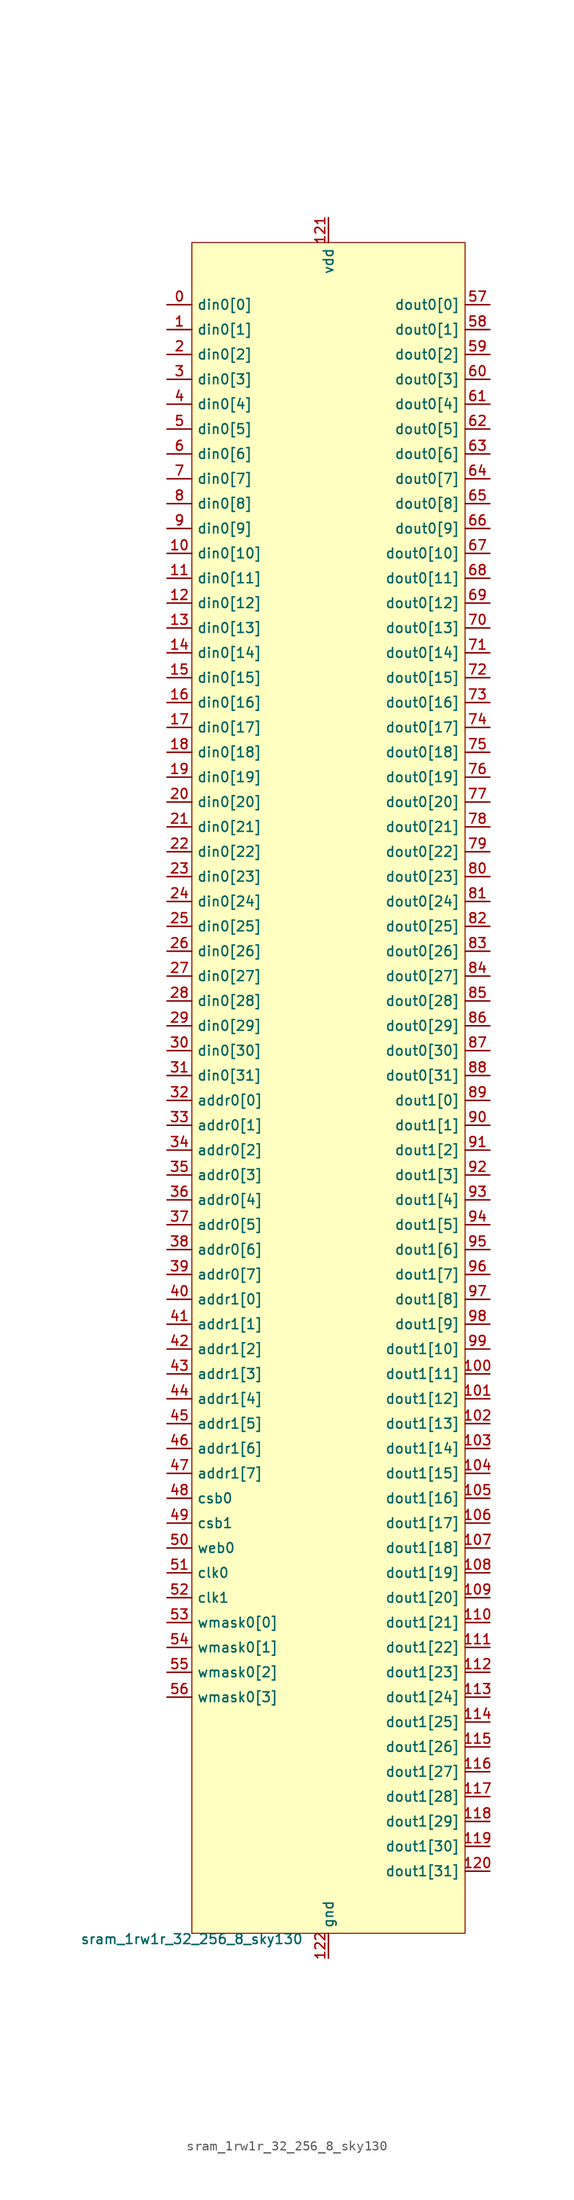
<source format=kicad_sym>
(kicad_symbol_lib
  (version 20211014)
  (generator pdk2kicad)
  (symbol "sram_1rw1r_32_256_8_sky130"
    (property "Reference" "X"
      (at 0 0 0)
      (effects (font (size 1 1)) hide))
    (property "Value" "sram_1rw1r_32_256_8_sky130"
      (at -13.97 -86.36 0)
      (effects (font (size 1 1)) (justify top)))
    (rectangle
      (start -13.97 -86.36)
      (end 13.97 86.36)
      (stroke (width 0.1) (type solid) (color 0 0 0 0))
      (fill (type background)))
    (pin input line
      (at -16.51 80.01 0)
      (length 2.54)
      (name "din0[0]" (effects (font (size 1 1)) hide))
      (number "0" (effects (font (size 1 1)) hide)))
    (pin input line
      (at -16.51 77.47 0)
      (length 2.54)
      (name "din0[1]" (effects (font (size 1 1)) hide))
      (number "1" (effects (font (size 1 1)) hide)))
    (pin input line
      (at -16.51 74.93 0)
      (length 2.54)
      (name "din0[2]" (effects (font (size 1 1)) hide))
      (number "2" (effects (font (size 1 1)) hide)))
    (pin input line
      (at -16.51 72.39 0)
      (length 2.54)
      (name "din0[3]" (effects (font (size 1 1)) hide))
      (number "3" (effects (font (size 1 1)) hide)))
    (pin input line
      (at -16.51 69.85 0)
      (length 2.54)
      (name "din0[4]" (effects (font (size 1 1)) hide))
      (number "4" (effects (font (size 1 1)) hide)))
    (pin input line
      (at -16.51 67.31 0)
      (length 2.54)
      (name "din0[5]" (effects (font (size 1 1)) hide))
      (number "5" (effects (font (size 1 1)) hide)))
    (pin input line
      (at -16.51 64.77 0)
      (length 2.54)
      (name "din0[6]" (effects (font (size 1 1)) hide))
      (number "6" (effects (font (size 1 1)) hide)))
    (pin input line
      (at -16.51 62.23 0)
      (length 2.54)
      (name "din0[7]" (effects (font (size 1 1)) hide))
      (number "7" (effects (font (size 1 1)) hide)))
    (pin input line
      (at -16.51 59.69 0)
      (length 2.54)
      (name "din0[8]" (effects (font (size 1 1)) hide))
      (number "8" (effects (font (size 1 1)) hide)))
    (pin input line
      (at -16.51 57.15 0)
      (length 2.54)
      (name "din0[9]" (effects (font (size 1 1)) hide))
      (number "9" (effects (font (size 1 1)) hide)))
    (pin input line
      (at -16.51 54.61 0)
      (length 2.54)
      (name "din0[10]" (effects (font (size 1 1)) hide))
      (number "10" (effects (font (size 1 1)) hide)))
    (pin input line
      (at -16.51 52.07 0)
      (length 2.54)
      (name "din0[11]" (effects (font (size 1 1)) hide))
      (number "11" (effects (font (size 1 1)) hide)))
    (pin input line
      (at -16.51 49.53 0)
      (length 2.54)
      (name "din0[12]" (effects (font (size 1 1)) hide))
      (number "12" (effects (font (size 1 1)) hide)))
    (pin input line
      (at -16.51 46.99 0)
      (length 2.54)
      (name "din0[13]" (effects (font (size 1 1)) hide))
      (number "13" (effects (font (size 1 1)) hide)))
    (pin input line
      (at -16.51 44.45 0)
      (length 2.54)
      (name "din0[14]" (effects (font (size 1 1)) hide))
      (number "14" (effects (font (size 1 1)) hide)))
    (pin input line
      (at -16.51 41.91 0)
      (length 2.54)
      (name "din0[15]" (effects (font (size 1 1)) hide))
      (number "15" (effects (font (size 1 1)) hide)))
    (pin input line
      (at -16.51 39.37 0)
      (length 2.54)
      (name "din0[16]" (effects (font (size 1 1)) hide))
      (number "16" (effects (font (size 1 1)) hide)))
    (pin input line
      (at -16.51 36.83 0)
      (length 2.54)
      (name "din0[17]" (effects (font (size 1 1)) hide))
      (number "17" (effects (font (size 1 1)) hide)))
    (pin input line
      (at -16.51 34.29 0)
      (length 2.54)
      (name "din0[18]" (effects (font (size 1 1)) hide))
      (number "18" (effects (font (size 1 1)) hide)))
    (pin input line
      (at -16.51 31.75 0)
      (length 2.54)
      (name "din0[19]" (effects (font (size 1 1)) hide))
      (number "19" (effects (font (size 1 1)) hide)))
    (pin input line
      (at -16.51 29.21 0)
      (length 2.54)
      (name "din0[20]" (effects (font (size 1 1)) hide))
      (number "20" (effects (font (size 1 1)) hide)))
    (pin input line
      (at -16.51 26.67 0)
      (length 2.54)
      (name "din0[21]" (effects (font (size 1 1)) hide))
      (number "21" (effects (font (size 1 1)) hide)))
    (pin input line
      (at -16.51 24.13 0)
      (length 2.54)
      (name "din0[22]" (effects (font (size 1 1)) hide))
      (number "22" (effects (font (size 1 1)) hide)))
    (pin input line
      (at -16.51 21.59 0)
      (length 2.54)
      (name "din0[23]" (effects (font (size 1 1)) hide))
      (number "23" (effects (font (size 1 1)) hide)))
    (pin input line
      (at -16.51 19.05 0)
      (length 2.54)
      (name "din0[24]" (effects (font (size 1 1)) hide))
      (number "24" (effects (font (size 1 1)) hide)))
    (pin input line
      (at -16.51 16.51 0)
      (length 2.54)
      (name "din0[25]" (effects (font (size 1 1)) hide))
      (number "25" (effects (font (size 1 1)) hide)))
    (pin input line
      (at -16.51 13.97 0)
      (length 2.54)
      (name "din0[26]" (effects (font (size 1 1)) hide))
      (number "26" (effects (font (size 1 1)) hide)))
    (pin input line
      (at -16.51 11.43 0)
      (length 2.54)
      (name "din0[27]" (effects (font (size 1 1)) hide))
      (number "27" (effects (font (size 1 1)) hide)))
    (pin input line
      (at -16.51 8.89 0)
      (length 2.54)
      (name "din0[28]" (effects (font (size 1 1)) hide))
      (number "28" (effects (font (size 1 1)) hide)))
    (pin input line
      (at -16.51 6.35 0)
      (length 2.54)
      (name "din0[29]" (effects (font (size 1 1)) hide))
      (number "29" (effects (font (size 1 1)) hide)))
    (pin input line
      (at -16.51 3.81 0)
      (length 2.54)
      (name "din0[30]" (effects (font (size 1 1)) hide))
      (number "30" (effects (font (size 1 1)) hide)))
    (pin input line
      (at -16.51 1.27 0)
      (length 2.54)
      (name "din0[31]" (effects (font (size 1 1)) hide))
      (number "31" (effects (font (size 1 1)) hide)))
    (pin input line
      (at -16.51 -1.27 0)
      (length 2.54)
      (name "addr0[0]" (effects (font (size 1 1)) hide))
      (number "32" (effects (font (size 1 1)) hide)))
    (pin input line
      (at -16.51 -3.81 0)
      (length 2.54)
      (name "addr0[1]" (effects (font (size 1 1)) hide))
      (number "33" (effects (font (size 1 1)) hide)))
    (pin input line
      (at -16.51 -6.35 0)
      (length 2.54)
      (name "addr0[2]" (effects (font (size 1 1)) hide))
      (number "34" (effects (font (size 1 1)) hide)))
    (pin input line
      (at -16.51 -8.89 0)
      (length 2.54)
      (name "addr0[3]" (effects (font (size 1 1)) hide))
      (number "35" (effects (font (size 1 1)) hide)))
    (pin input line
      (at -16.51 -11.43 0)
      (length 2.54)
      (name "addr0[4]" (effects (font (size 1 1)) hide))
      (number "36" (effects (font (size 1 1)) hide)))
    (pin input line
      (at -16.51 -13.97 0)
      (length 2.54)
      (name "addr0[5]" (effects (font (size 1 1)) hide))
      (number "37" (effects (font (size 1 1)) hide)))
    (pin input line
      (at -16.51 -16.51 0)
      (length 2.54)
      (name "addr0[6]" (effects (font (size 1 1)) hide))
      (number "38" (effects (font (size 1 1)) hide)))
    (pin input line
      (at -16.51 -19.05 0)
      (length 2.54)
      (name "addr0[7]" (effects (font (size 1 1)) hide))
      (number "39" (effects (font (size 1 1)) hide)))
    (pin input line
      (at -16.51 -21.59 0)
      (length 2.54)
      (name "addr1[0]" (effects (font (size 1 1)) hide))
      (number "40" (effects (font (size 1 1)) hide)))
    (pin input line
      (at -16.51 -24.13 0)
      (length 2.54)
      (name "addr1[1]" (effects (font (size 1 1)) hide))
      (number "41" (effects (font (size 1 1)) hide)))
    (pin input line
      (at -16.51 -26.67 0)
      (length 2.54)
      (name "addr1[2]" (effects (font (size 1 1)) hide))
      (number "42" (effects (font (size 1 1)) hide)))
    (pin input line
      (at -16.51 -29.21 0)
      (length 2.54)
      (name "addr1[3]" (effects (font (size 1 1)) hide))
      (number "43" (effects (font (size 1 1)) hide)))
    (pin input line
      (at -16.51 -31.75 0)
      (length 2.54)
      (name "addr1[4]" (effects (font (size 1 1)) hide))
      (number "44" (effects (font (size 1 1)) hide)))
    (pin input line
      (at -16.51 -34.29 0)
      (length 2.54)
      (name "addr1[5]" (effects (font (size 1 1)) hide))
      (number "45" (effects (font (size 1 1)) hide)))
    (pin input line
      (at -16.51 -36.83 0)
      (length 2.54)
      (name "addr1[6]" (effects (font (size 1 1)) hide))
      (number "46" (effects (font (size 1 1)) hide)))
    (pin input line
      (at -16.51 -39.37 0)
      (length 2.54)
      (name "addr1[7]" (effects (font (size 1 1)) hide))
      (number "47" (effects (font (size 1 1)) hide)))
    (pin input line
      (at -16.51 -41.91 0)
      (length 2.54)
      (name "csb0" (effects (font (size 1 1)) hide))
      (number "48" (effects (font (size 1 1)) hide)))
    (pin input line
      (at -16.51 -44.45 0)
      (length 2.54)
      (name "csb1" (effects (font (size 1 1)) hide))
      (number "49" (effects (font (size 1 1)) hide)))
    (pin input line
      (at -16.51 -46.99 0)
      (length 2.54)
      (name "web0" (effects (font (size 1 1)) hide))
      (number "50" (effects (font (size 1 1)) hide)))
    (pin input line
      (at -16.51 -49.53 0)
      (length 2.54)
      (name "clk0" (effects (font (size 1 1)) hide))
      (number "51" (effects (font (size 1 1)) hide)))
    (pin input line
      (at -16.51 -52.07 0)
      (length 2.54)
      (name "clk1" (effects (font (size 1 1)) hide))
      (number "52" (effects (font (size 1 1)) hide)))
    (pin input line
      (at -16.51 -54.61 0)
      (length 2.54)
      (name "wmask0[0]" (effects (font (size 1 1)) hide))
      (number "53" (effects (font (size 1 1)) hide)))
    (pin input line
      (at -16.51 -57.15 0)
      (length 2.54)
      (name "wmask0[1]" (effects (font (size 1 1)) hide))
      (number "54" (effects (font (size 1 1)) hide)))
    (pin input line
      (at -16.51 -59.69 0)
      (length 2.54)
      (name "wmask0[2]" (effects (font (size 1 1)) hide))
      (number "55" (effects (font (size 1 1)) hide)))
    (pin input line
      (at -16.51 -62.23 0)
      (length 2.54)
      (name "wmask0[3]" (effects (font (size 1 1)) hide))
      (number "56" (effects (font (size 1 1)) hide)))
    (pin output line
      (at 16.51 80.01 180)
      (length 2.54)
      (name "dout0[0]" (effects (font (size 1 1)) hide))
      (number "57" (effects (font (size 1 1)) hide)))
    (pin output line
      (at 16.51 77.47 180)
      (length 2.54)
      (name "dout0[1]" (effects (font (size 1 1)) hide))
      (number "58" (effects (font (size 1 1)) hide)))
    (pin output line
      (at 16.51 74.93 180)
      (length 2.54)
      (name "dout0[2]" (effects (font (size 1 1)) hide))
      (number "59" (effects (font (size 1 1)) hide)))
    (pin output line
      (at 16.51 72.39 180)
      (length 2.54)
      (name "dout0[3]" (effects (font (size 1 1)) hide))
      (number "60" (effects (font (size 1 1)) hide)))
    (pin output line
      (at 16.51 69.85 180)
      (length 2.54)
      (name "dout0[4]" (effects (font (size 1 1)) hide))
      (number "61" (effects (font (size 1 1)) hide)))
    (pin output line
      (at 16.51 67.31 180)
      (length 2.54)
      (name "dout0[5]" (effects (font (size 1 1)) hide))
      (number "62" (effects (font (size 1 1)) hide)))
    (pin output line
      (at 16.51 64.77 180)
      (length 2.54)
      (name "dout0[6]" (effects (font (size 1 1)) hide))
      (number "63" (effects (font (size 1 1)) hide)))
    (pin output line
      (at 16.51 62.23 180)
      (length 2.54)
      (name "dout0[7]" (effects (font (size 1 1)) hide))
      (number "64" (effects (font (size 1 1)) hide)))
    (pin output line
      (at 16.51 59.69 180)
      (length 2.54)
      (name "dout0[8]" (effects (font (size 1 1)) hide))
      (number "65" (effects (font (size 1 1)) hide)))
    (pin output line
      (at 16.51 57.15 180)
      (length 2.54)
      (name "dout0[9]" (effects (font (size 1 1)) hide))
      (number "66" (effects (font (size 1 1)) hide)))
    (pin output line
      (at 16.51 54.61 180)
      (length 2.54)
      (name "dout0[10]" (effects (font (size 1 1)) hide))
      (number "67" (effects (font (size 1 1)) hide)))
    (pin output line
      (at 16.51 52.07 180)
      (length 2.54)
      (name "dout0[11]" (effects (font (size 1 1)) hide))
      (number "68" (effects (font (size 1 1)) hide)))
    (pin output line
      (at 16.51 49.53 180)
      (length 2.54)
      (name "dout0[12]" (effects (font (size 1 1)) hide))
      (number "69" (effects (font (size 1 1)) hide)))
    (pin output line
      (at 16.51 46.99 180)
      (length 2.54)
      (name "dout0[13]" (effects (font (size 1 1)) hide))
      (number "70" (effects (font (size 1 1)) hide)))
    (pin output line
      (at 16.51 44.45 180)
      (length 2.54)
      (name "dout0[14]" (effects (font (size 1 1)) hide))
      (number "71" (effects (font (size 1 1)) hide)))
    (pin output line
      (at 16.51 41.91 180)
      (length 2.54)
      (name "dout0[15]" (effects (font (size 1 1)) hide))
      (number "72" (effects (font (size 1 1)) hide)))
    (pin output line
      (at 16.51 39.37 180)
      (length 2.54)
      (name "dout0[16]" (effects (font (size 1 1)) hide))
      (number "73" (effects (font (size 1 1)) hide)))
    (pin output line
      (at 16.51 36.83 180)
      (length 2.54)
      (name "dout0[17]" (effects (font (size 1 1)) hide))
      (number "74" (effects (font (size 1 1)) hide)))
    (pin output line
      (at 16.51 34.29 180)
      (length 2.54)
      (name "dout0[18]" (effects (font (size 1 1)) hide))
      (number "75" (effects (font (size 1 1)) hide)))
    (pin output line
      (at 16.51 31.75 180)
      (length 2.54)
      (name "dout0[19]" (effects (font (size 1 1)) hide))
      (number "76" (effects (font (size 1 1)) hide)))
    (pin output line
      (at 16.51 29.21 180)
      (length 2.54)
      (name "dout0[20]" (effects (font (size 1 1)) hide))
      (number "77" (effects (font (size 1 1)) hide)))
    (pin output line
      (at 16.51 26.67 180)
      (length 2.54)
      (name "dout0[21]" (effects (font (size 1 1)) hide))
      (number "78" (effects (font (size 1 1)) hide)))
    (pin output line
      (at 16.51 24.13 180)
      (length 2.54)
      (name "dout0[22]" (effects (font (size 1 1)) hide))
      (number "79" (effects (font (size 1 1)) hide)))
    (pin output line
      (at 16.51 21.59 180)
      (length 2.54)
      (name "dout0[23]" (effects (font (size 1 1)) hide))
      (number "80" (effects (font (size 1 1)) hide)))
    (pin output line
      (at 16.51 19.05 180)
      (length 2.54)
      (name "dout0[24]" (effects (font (size 1 1)) hide))
      (number "81" (effects (font (size 1 1)) hide)))
    (pin output line
      (at 16.51 16.51 180)
      (length 2.54)
      (name "dout0[25]" (effects (font (size 1 1)) hide))
      (number "82" (effects (font (size 1 1)) hide)))
    (pin output line
      (at 16.51 13.97 180)
      (length 2.54)
      (name "dout0[26]" (effects (font (size 1 1)) hide))
      (number "83" (effects (font (size 1 1)) hide)))
    (pin output line
      (at 16.51 11.43 180)
      (length 2.54)
      (name "dout0[27]" (effects (font (size 1 1)) hide))
      (number "84" (effects (font (size 1 1)) hide)))
    (pin output line
      (at 16.51 8.89 180)
      (length 2.54)
      (name "dout0[28]" (effects (font (size 1 1)) hide))
      (number "85" (effects (font (size 1 1)) hide)))
    (pin output line
      (at 16.51 6.35 180)
      (length 2.54)
      (name "dout0[29]" (effects (font (size 1 1)) hide))
      (number "86" (effects (font (size 1 1)) hide)))
    (pin output line
      (at 16.51 3.81 180)
      (length 2.54)
      (name "dout0[30]" (effects (font (size 1 1)) hide))
      (number "87" (effects (font (size 1 1)) hide)))
    (pin output line
      (at 16.51 1.27 180)
      (length 2.54)
      (name "dout0[31]" (effects (font (size 1 1)) hide))
      (number "88" (effects (font (size 1 1)) hide)))
    (pin output line
      (at 16.51 -1.27 180)
      (length 2.54)
      (name "dout1[0]" (effects (font (size 1 1)) hide))
      (number "89" (effects (font (size 1 1)) hide)))
    (pin output line
      (at 16.51 -3.81 180)
      (length 2.54)
      (name "dout1[1]" (effects (font (size 1 1)) hide))
      (number "90" (effects (font (size 1 1)) hide)))
    (pin output line
      (at 16.51 -6.35 180)
      (length 2.54)
      (name "dout1[2]" (effects (font (size 1 1)) hide))
      (number "91" (effects (font (size 1 1)) hide)))
    (pin output line
      (at 16.51 -8.89 180)
      (length 2.54)
      (name "dout1[3]" (effects (font (size 1 1)) hide))
      (number "92" (effects (font (size 1 1)) hide)))
    (pin output line
      (at 16.51 -11.43 180)
      (length 2.54)
      (name "dout1[4]" (effects (font (size 1 1)) hide))
      (number "93" (effects (font (size 1 1)) hide)))
    (pin output line
      (at 16.51 -13.97 180)
      (length 2.54)
      (name "dout1[5]" (effects (font (size 1 1)) hide))
      (number "94" (effects (font (size 1 1)) hide)))
    (pin output line
      (at 16.51 -16.51 180)
      (length 2.54)
      (name "dout1[6]" (effects (font (size 1 1)) hide))
      (number "95" (effects (font (size 1 1)) hide)))
    (pin output line
      (at 16.51 -19.05 180)
      (length 2.54)
      (name "dout1[7]" (effects (font (size 1 1)) hide))
      (number "96" (effects (font (size 1 1)) hide)))
    (pin output line
      (at 16.51 -21.59 180)
      (length 2.54)
      (name "dout1[8]" (effects (font (size 1 1)) hide))
      (number "97" (effects (font (size 1 1)) hide)))
    (pin output line
      (at 16.51 -24.13 180)
      (length 2.54)
      (name "dout1[9]" (effects (font (size 1 1)) hide))
      (number "98" (effects (font (size 1 1)) hide)))
    (pin output line
      (at 16.51 -26.67 180)
      (length 2.54)
      (name "dout1[10]" (effects (font (size 1 1)) hide))
      (number "99" (effects (font (size 1 1)) hide)))
    (pin output line
      (at 16.51 -29.21 180)
      (length 2.54)
      (name "dout1[11]" (effects (font (size 1 1)) hide))
      (number "100" (effects (font (size 1 1)) hide)))
    (pin output line
      (at 16.51 -31.75 180)
      (length 2.54)
      (name "dout1[12]" (effects (font (size 1 1)) hide))
      (number "101" (effects (font (size 1 1)) hide)))
    (pin output line
      (at 16.51 -34.29 180)
      (length 2.54)
      (name "dout1[13]" (effects (font (size 1 1)) hide))
      (number "102" (effects (font (size 1 1)) hide)))
    (pin output line
      (at 16.51 -36.83 180)
      (length 2.54)
      (name "dout1[14]" (effects (font (size 1 1)) hide))
      (number "103" (effects (font (size 1 1)) hide)))
    (pin output line
      (at 16.51 -39.37 180)
      (length 2.54)
      (name "dout1[15]" (effects (font (size 1 1)) hide))
      (number "104" (effects (font (size 1 1)) hide)))
    (pin output line
      (at 16.51 -41.91 180)
      (length 2.54)
      (name "dout1[16]" (effects (font (size 1 1)) hide))
      (number "105" (effects (font (size 1 1)) hide)))
    (pin output line
      (at 16.51 -44.45 180)
      (length 2.54)
      (name "dout1[17]" (effects (font (size 1 1)) hide))
      (number "106" (effects (font (size 1 1)) hide)))
    (pin output line
      (at 16.51 -46.99 180)
      (length 2.54)
      (name "dout1[18]" (effects (font (size 1 1)) hide))
      (number "107" (effects (font (size 1 1)) hide)))
    (pin output line
      (at 16.51 -49.53 180)
      (length 2.54)
      (name "dout1[19]" (effects (font (size 1 1)) hide))
      (number "108" (effects (font (size 1 1)) hide)))
    (pin output line
      (at 16.51 -52.07 180)
      (length 2.54)
      (name "dout1[20]" (effects (font (size 1 1)) hide))
      (number "109" (effects (font (size 1 1)) hide)))
    (pin output line
      (at 16.51 -54.61 180)
      (length 2.54)
      (name "dout1[21]" (effects (font (size 1 1)) hide))
      (number "110" (effects (font (size 1 1)) hide)))
    (pin output line
      (at 16.51 -57.15 180)
      (length 2.54)
      (name "dout1[22]" (effects (font (size 1 1)) hide))
      (number "111" (effects (font (size 1 1)) hide)))
    (pin output line
      (at 16.51 -59.69 180)
      (length 2.54)
      (name "dout1[23]" (effects (font (size 1 1)) hide))
      (number "112" (effects (font (size 1 1)) hide)))
    (pin output line
      (at 16.51 -62.23 180)
      (length 2.54)
      (name "dout1[24]" (effects (font (size 1 1)) hide))
      (number "113" (effects (font (size 1 1)) hide)))
    (pin output line
      (at 16.51 -64.77 180)
      (length 2.54)
      (name "dout1[25]" (effects (font (size 1 1)) hide))
      (number "114" (effects (font (size 1 1)) hide)))
    (pin output line
      (at 16.51 -67.31 180)
      (length 2.54)
      (name "dout1[26]" (effects (font (size 1 1)) hide))
      (number "115" (effects (font (size 1 1)) hide)))
    (pin output line
      (at 16.51 -69.85 180)
      (length 2.54)
      (name "dout1[27]" (effects (font (size 1 1)) hide))
      (number "116" (effects (font (size 1 1)) hide)))
    (pin output line
      (at 16.51 -72.39 180)
      (length 2.54)
      (name "dout1[28]" (effects (font (size 1 1)) hide))
      (number "117" (effects (font (size 1 1)) hide)))
    (pin output line
      (at 16.51 -74.93 180)
      (length 2.54)
      (name "dout1[29]" (effects (font (size 1 1)) hide))
      (number "118" (effects (font (size 1 1)) hide)))
    (pin output line
      (at 16.51 -77.47 180)
      (length 2.54)
      (name "dout1[30]" (effects (font (size 1 1)) hide))
      (number "119" (effects (font (size 1 1)) hide)))
    (pin output line
      (at 16.51 -80.01 180)
      (length 2.54)
      (name "dout1[31]" (effects (font (size 1 1)) hide))
      (number "120" (effects (font (size 1 1)) hide)))
    (pin power_in line
      (at 0.0 88.9 270)
      (length 2.54)
      (name "vdd" (effects (font (size 1 1)) hide))
      (number "121" (effects (font (size 1 1)) hide)))
    (pin power_in line
      (at 0.0 -88.9 90)
      (length 2.54)
      (name "gnd" (effects (font (size 1 1)) hide))
      (number "122" (effects (font (size 1 1)) hide)))))
</source>
